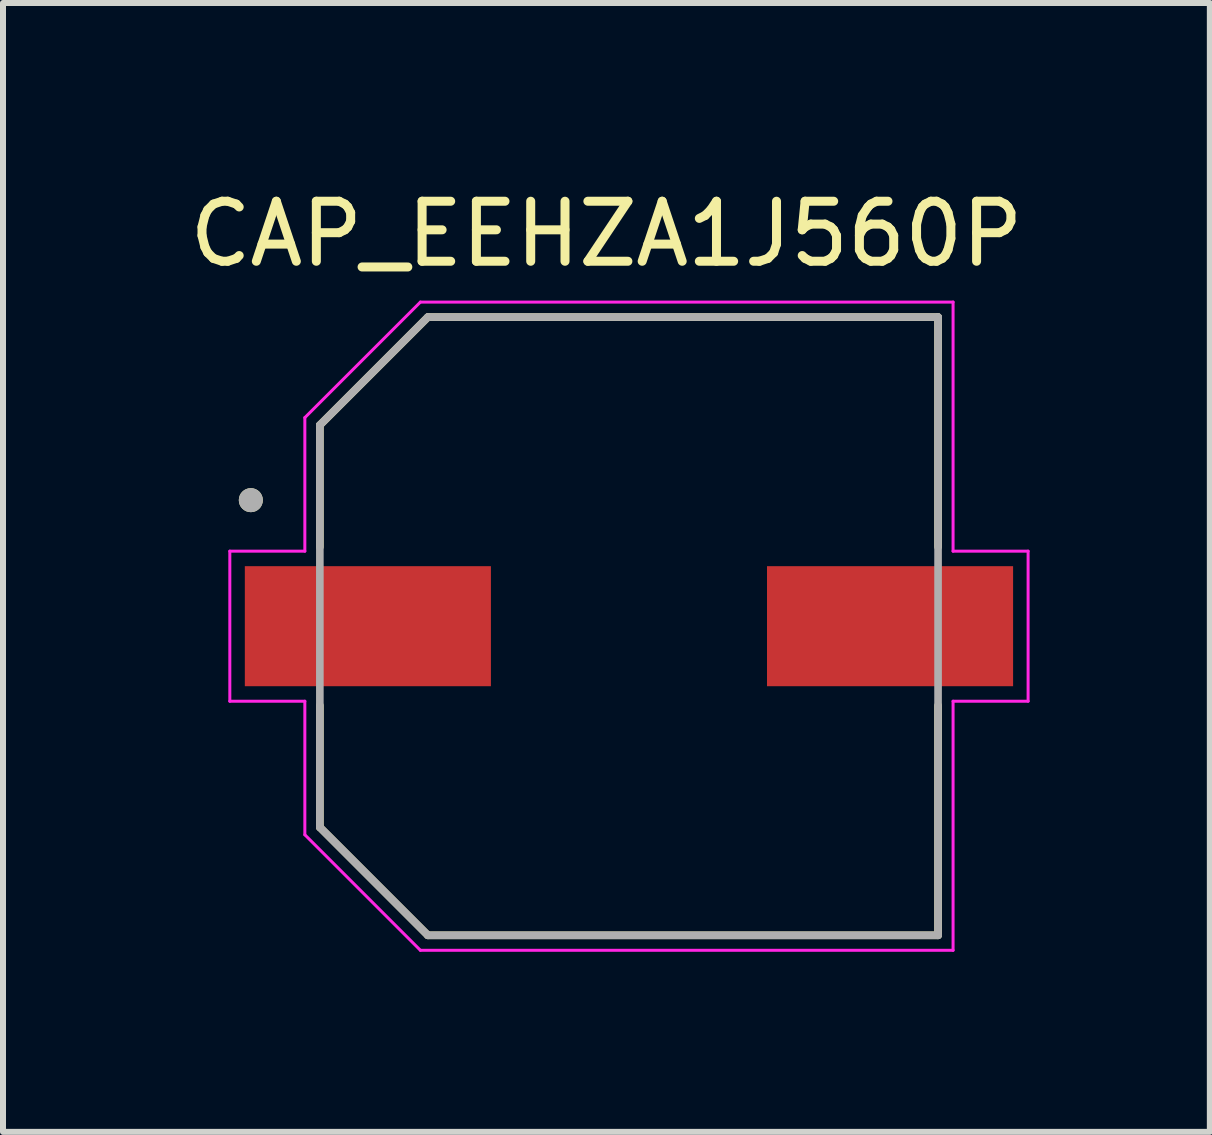
<source format=kicad_pcb>
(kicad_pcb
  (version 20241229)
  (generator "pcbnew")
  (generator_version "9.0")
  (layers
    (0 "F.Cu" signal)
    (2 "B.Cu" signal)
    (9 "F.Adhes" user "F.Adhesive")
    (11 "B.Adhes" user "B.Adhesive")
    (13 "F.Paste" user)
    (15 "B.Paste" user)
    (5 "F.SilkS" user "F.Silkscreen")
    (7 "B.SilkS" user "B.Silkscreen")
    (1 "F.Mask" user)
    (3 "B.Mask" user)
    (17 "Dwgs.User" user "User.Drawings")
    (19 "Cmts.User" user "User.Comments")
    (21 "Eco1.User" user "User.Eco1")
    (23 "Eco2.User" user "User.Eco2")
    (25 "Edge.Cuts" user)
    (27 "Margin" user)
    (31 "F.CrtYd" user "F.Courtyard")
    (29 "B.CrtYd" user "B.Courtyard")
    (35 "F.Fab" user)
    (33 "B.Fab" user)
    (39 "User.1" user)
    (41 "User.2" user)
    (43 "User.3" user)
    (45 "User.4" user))
  (footprint "CAP_EEHZA1J560P"
    (layer "F.Cu")
    (at 7.429 7.383)
    (property "Reference" "CAP_EEHZA1J560P" (at -0.375 -6.535 0) (layer "F.SilkS") (effects (font (size 1 1) (thickness 0.15))))
    (attr smd)
    (fp_line (start -5.15 -3.35) (end -5.15 -1.32) (stroke (width 0.127) (type solid)) (layer "F.SilkS"))
    (fp_line (start -5.15 1.32) (end -5.15 3.35) (stroke (width 0.127) (type solid)) (layer "F.SilkS"))
    (fp_line (start -5.15 3.35) (end -3.35 5.15) (stroke (width 0.127) (type solid)) (layer "F.SilkS"))
    (fp_line (start -3.35 -5.15) (end -5.15 -3.35) (stroke (width 0.127) (type solid)) (layer "F.SilkS"))
    (fp_line (start -3.35 5.15) (end 5.15 5.15) (stroke (width 0.127) (type solid)) (layer "F.SilkS"))
    (fp_line (start 5.15 -5.15) (end -3.35 -5.15) (stroke (width 0.127) (type solid)) (layer "F.SilkS"))
    (fp_line (start 5.15 -1.32) (end 5.15 -5.15) (stroke (width 0.127) (type solid)) (layer "F.SilkS"))
    (fp_line (start 5.15 5.15) (end 5.15 1.32) (stroke (width 0.127) (type solid)) (layer "F.SilkS"))
    (fp_circle (center -6.3 -2.1) (end -6.2 -2.1) (stroke (width 0.2) (type solid)) (fill no) (layer "F.SilkS"))
    (fp_line (start -6.65 -1.25) (end -5.4 -1.25) (stroke (width 0.05) (type solid)) (layer "F.CrtYd"))
    (fp_line (start -6.65 1.25) (end -6.65 -1.25) (stroke (width 0.05) (type solid)) (layer "F.CrtYd"))
    (fp_line (start -5.4 -3.475) (end -3.475 -5.4) (stroke (width 0.05) (type solid)) (layer "F.CrtYd"))
    (fp_line (start -5.4 -1.25) (end -5.4 -3.475) (stroke (width 0.05) (type solid)) (layer "F.CrtYd"))
    (fp_line (start -5.4 1.25) (end -6.65 1.25) (stroke (width 0.05) (type solid)) (layer "F.CrtYd"))
    (fp_line (start -5.4 3.475) (end -5.4 1.25) (stroke (width 0.05) (type solid)) (layer "F.CrtYd"))
    (fp_line (start -3.475 -5.4) (end 5.4 -5.4) (stroke (width 0.05) (type solid)) (layer "F.CrtYd"))
    (fp_line (start -3.475 5.4) (end -5.4 3.475) (stroke (width 0.05) (type solid)) (layer "F.CrtYd"))
    (fp_line (start 5.4 -5.4) (end 5.4 -1.25) (stroke (width 0.05) (type solid)) (layer "F.CrtYd"))
    (fp_line (start 5.4 -1.25) (end 6.65 -1.25) (stroke (width 0.05) (type solid)) (layer "F.CrtYd"))
    (fp_line (start 5.4 1.25) (end 5.4 5.4) (stroke (width 0.05) (type solid)) (layer "F.CrtYd"))
    (fp_line (start 5.4 5.4) (end -3.475 5.4) (stroke (width 0.05) (type solid)) (layer "F.CrtYd"))
    (fp_line (start 6.65 -1.25) (end 6.65 1.25) (stroke (width 0.05) (type solid)) (layer "F.CrtYd"))
    (fp_line (start 6.65 1.25) (end 5.4 1.25) (stroke (width 0.05) (type solid)) (layer "F.CrtYd"))
    (fp_line (start -5.15 -3.35) (end -5.15 3.35) (stroke (width 0.127) (type solid)) (layer "F.Fab"))
    (fp_line (start -5.15 3.35) (end -3.35 5.15) (stroke (width 0.127) (type solid)) (layer "F.Fab"))
    (fp_line (start -3.35 -5.15) (end -5.15 -3.35) (stroke (width 0.127) (type solid)) (layer "F.Fab"))
    (fp_line (start -3.35 5.15) (end 5.15 5.15) (stroke (width 0.127) (type solid)) (layer "F.Fab"))
    (fp_line (start 5.15 -5.15) (end -3.35 -5.15) (stroke (width 0.127) (type solid)) (layer "F.Fab"))
    (fp_line (start 5.15 5.15) (end 5.15 -5.15) (stroke (width 0.127) (type solid)) (layer "F.Fab"))
    (fp_circle (center -6.3 -2.1) (end -6.2 -2.1) (stroke (width 0.2) (type solid)) (fill no) (layer "F.Fab"))
    (pad "1" smd rect (at -4.35 0) (size 4.1 2) (layers "F.Cu" "F.Mask" "F.Paste"))
    (pad "2" smd rect (at 4.35 0) (size 4.1 2) (layers "F.Cu" "F.Mask" "F.Paste")))
  (gr_rect
    (start -3 -3)
    (end 17.107 15.808)
    (stroke (width 0.1) (type default))
    (fill no)
    (layer "Edge.Cuts")))
</source>
